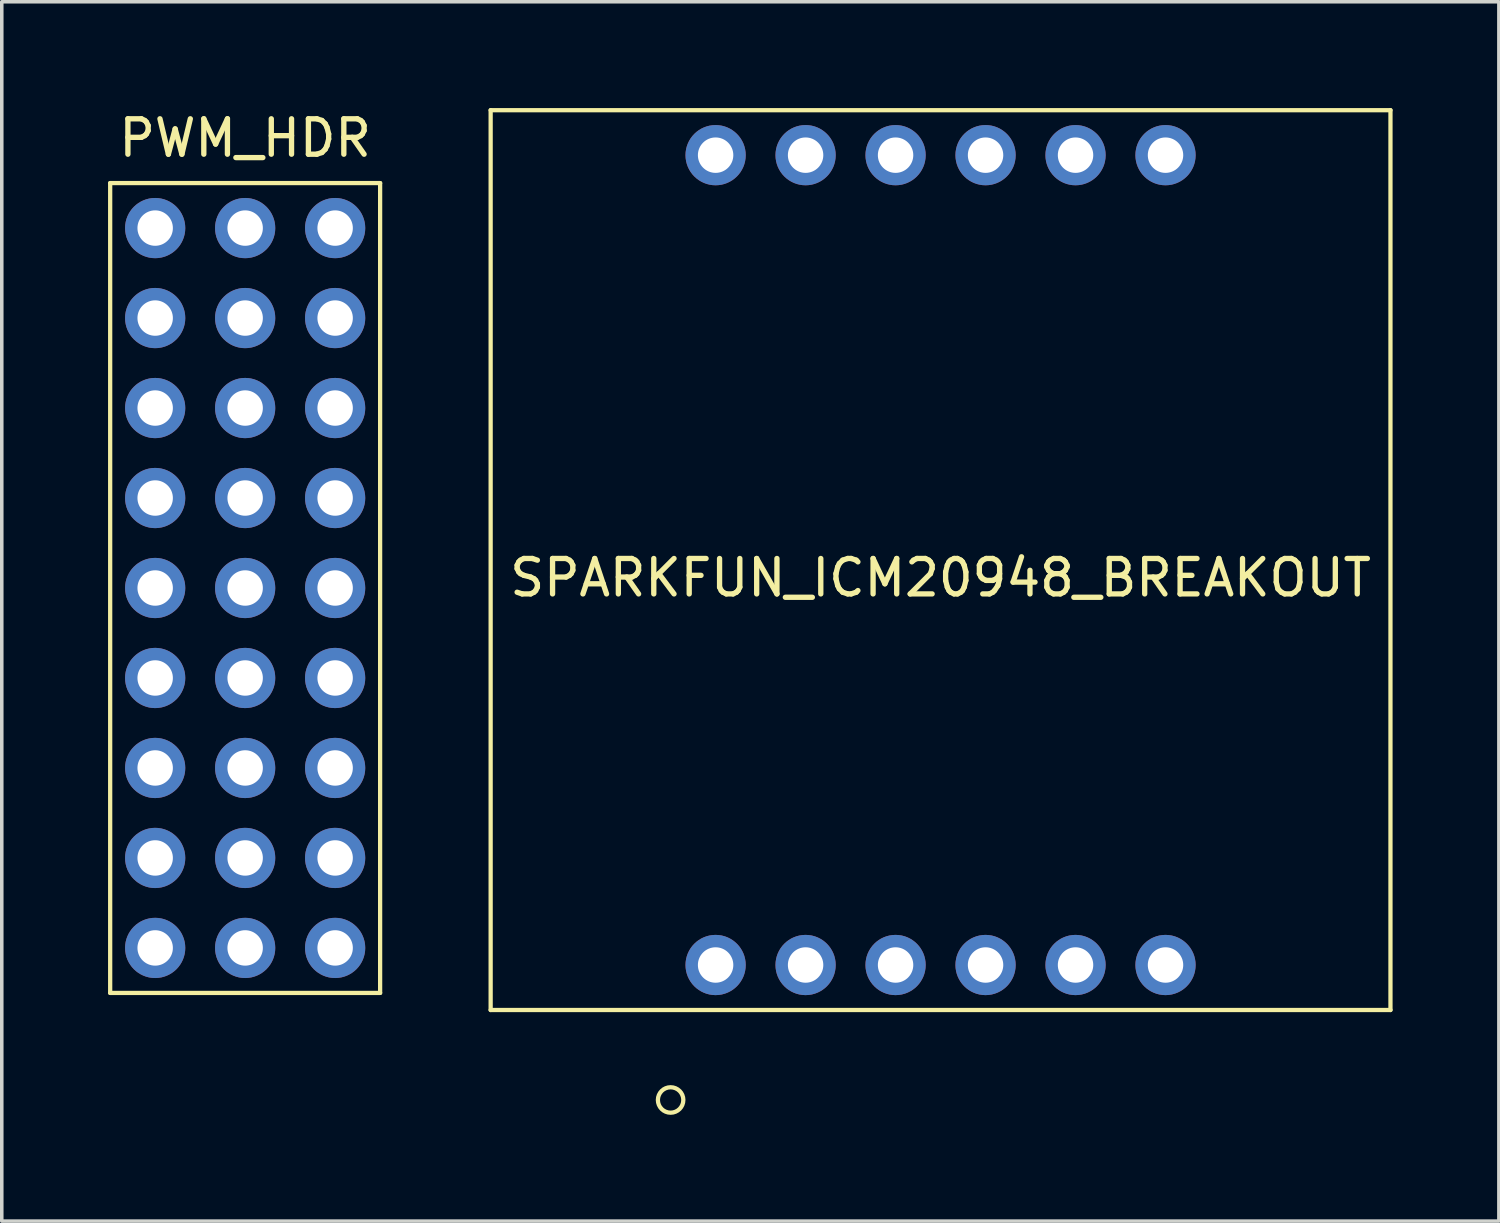
<source format=kicad_pcb>
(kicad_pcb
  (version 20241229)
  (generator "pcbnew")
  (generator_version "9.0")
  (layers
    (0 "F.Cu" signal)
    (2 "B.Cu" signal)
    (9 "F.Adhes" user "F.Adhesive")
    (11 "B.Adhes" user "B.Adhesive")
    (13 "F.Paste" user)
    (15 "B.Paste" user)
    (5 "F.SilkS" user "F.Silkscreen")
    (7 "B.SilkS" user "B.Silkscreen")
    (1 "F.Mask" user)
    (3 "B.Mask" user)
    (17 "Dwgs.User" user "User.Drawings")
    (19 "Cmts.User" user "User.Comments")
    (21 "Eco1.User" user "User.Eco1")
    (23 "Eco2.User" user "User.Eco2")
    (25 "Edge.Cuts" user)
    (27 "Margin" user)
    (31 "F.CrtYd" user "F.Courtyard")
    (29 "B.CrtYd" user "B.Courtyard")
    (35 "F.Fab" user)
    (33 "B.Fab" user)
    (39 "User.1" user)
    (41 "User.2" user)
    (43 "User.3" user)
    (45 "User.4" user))
  (footprint "PWM_HDR"
    (layer "F.Cu")
    (at 3.87 13.548)
    (property "Reference" "PWM_HDR" (at 0 -12.7 0) (layer "F.SilkS") (effects (font (size 1 1) (thickness 0.15))))
    (attr through_hole)
    (fp_line (start -3.81 -11.43) (end 3.81 -11.43) (stroke (width 0.12) (type solid)) (layer "F.SilkS"))
    (fp_line (start -3.81 11.43) (end -3.81 -11.43) (stroke (width 0.12) (type solid)) (layer "F.SilkS"))
    (fp_line (start 3.81 -11.43) (end 3.81 11.43) (stroke (width 0.12) (type solid)) (layer "F.SilkS"))
    (fp_line (start 3.81 11.43) (end -3.81 11.43) (stroke (width 0.12) (type solid)) (layer "F.SilkS"))
    (pad "1A" thru_hole circle (at -2.54 -10.16) (size 1.7 1.7) (drill 1) (layers "*.Cu" "*.Mask"))
    (pad "1B" thru_hole circle (at -2.54 -7.62) (size 1.7 1.7) (drill 1) (layers "*.Cu" "*.Mask"))
    (pad "1C" thru_hole circle (at -2.54 -5.08) (size 1.7 1.7) (drill 1) (layers "*.Cu" "*.Mask"))
    (pad "1D" thru_hole circle (at -2.54 -2.54) (size 1.7 1.7) (drill 1) (layers "*.Cu" "*.Mask"))
    (pad "1E" thru_hole circle (at -2.54 0) (size 1.7 1.7) (drill 1) (layers "*.Cu" "*.Mask"))
    (pad "1F" thru_hole circle (at -2.54 2.54) (size 1.7 1.7) (drill 1) (layers "*.Cu" "*.Mask"))
    (pad "1G" thru_hole circle (at -2.54 5.08) (size 1.7 1.7) (drill 1) (layers "*.Cu" "*.Mask"))
    (pad "1H" thru_hole circle (at -2.54 7.62) (size 1.7 1.7) (drill 1) (layers "*.Cu" "*.Mask"))
    (pad "1I" thru_hole circle (at -2.54 10.16) (size 1.7 1.7) (drill 1) (layers "*.Cu" "*.Mask"))
    (pad "2A" thru_hole circle (at 0 -10.16) (size 1.7 1.7) (drill 1) (layers "*.Cu" "*.Mask"))
    (pad "2B" thru_hole circle (at 0 -7.62) (size 1.7 1.7) (drill 1) (layers "*.Cu" "*.Mask"))
    (pad "2C" thru_hole circle (at 0 -5.08) (size 1.7 1.7) (drill 1) (layers "*.Cu" "*.Mask"))
    (pad "2D" thru_hole circle (at 0 -2.54) (size 1.7 1.7) (drill 1) (layers "*.Cu" "*.Mask"))
    (pad "2E" thru_hole circle (at 0 0) (size 1.7 1.7) (drill 1) (layers "*.Cu" "*.Mask"))
    (pad "2F" thru_hole circle (at 0 2.54) (size 1.7 1.7) (drill 1) (layers "*.Cu" "*.Mask"))
    (pad "2G" thru_hole circle (at 0 5.08) (size 1.7 1.7) (drill 1) (layers "*.Cu" "*.Mask"))
    (pad "2H" thru_hole circle (at 0 7.62) (size 1.7 1.7) (drill 1) (layers "*.Cu" "*.Mask"))
    (pad "2I" thru_hole circle (at 0 10.16) (size 1.7 1.7) (drill 1) (layers "*.Cu" "*.Mask"))
    (pad "3A" thru_hole circle (at 2.54 -10.16) (size 1.7 1.7) (drill 1) (layers "*.Cu" "*.Mask"))
    (pad "3B" thru_hole circle (at 2.54 -7.62) (size 1.7 1.7) (drill 1) (layers "*.Cu" "*.Mask"))
    (pad "3C" thru_hole circle (at 2.54 -5.08) (size 1.7 1.7) (drill 1) (layers "*.Cu" "*.Mask"))
    (pad "3D" thru_hole circle (at 2.54 -2.54) (size 1.7 1.7) (drill 1) (layers "*.Cu" "*.Mask"))
    (pad "3E" thru_hole circle (at 2.54 0) (size 1.7 1.7) (drill 1) (layers "*.Cu" "*.Mask"))
    (pad "3F" thru_hole circle (at 2.54 2.54) (size 1.7 1.7) (drill 1) (layers "*.Cu" "*.Mask"))
    (pad "3G" thru_hole circle (at 2.54 5.08) (size 1.7 1.7) (drill 1) (layers "*.Cu" "*.Mask"))
    (pad "3H" thru_hole circle (at 2.54 7.62) (size 1.7 1.7) (drill 1) (layers "*.Cu" "*.Mask"))
    (pad "3I" thru_hole circle (at 2.54 10.16) (size 1.7 1.7) (drill 1) (layers "*.Cu" "*.Mask")))
  (footprint "SPARKFUN_ICM20948_BREAKOUT"
    (layer "F.Cu")
    (at 23.5 12.76)
    (property "Reference" "SPARKFUN_ICM20948_BREAKOUT" (at 0 0.5 0) (layer "F.SilkS") (effects (font (size 1 1) (thickness 0.15))))
    (attr through_hole)
    (fp_line (start -12.7 -12.7) (end 12.7 -12.7) (stroke (width 0.12) (type solid)) (layer "F.SilkS"))
    (fp_line (start -12.7 12.7) (end -12.7 -12.7) (stroke (width 0.12) (type solid)) (layer "F.SilkS"))
    (fp_line (start 12.7 -12.7) (end 12.7 12.7) (stroke (width 0.12) (type solid)) (layer "F.SilkS"))
    (fp_line (start 12.7 12.7) (end -12.7 12.7) (stroke (width 0.12) (type solid)) (layer "F.SilkS"))
    (fp_circle (center -7.62 15.24) (end -7.366 14.986) (stroke (width 0.12) (type solid)) (fill no) (layer "F.SilkS"))
    (pad "1" thru_hole circle (at -6.35 11.43) (size 1.7 1.7) (drill 1) (layers "*.Cu" "*.Mask"))
    (pad "2" thru_hole circle (at -3.81 11.43) (size 1.7 1.7) (drill 1) (layers "*.Cu" "*.Mask"))
    (pad "3" thru_hole circle (at -1.27 11.43) (size 1.7 1.7) (drill 1) (layers "*.Cu" "*.Mask"))
    (pad "4" thru_hole circle (at 1.27 11.43) (size 1.7 1.7) (drill 1) (layers "*.Cu" "*.Mask"))
    (pad "5" thru_hole circle (at 3.81 11.43) (size 1.7 1.7) (drill 1) (layers "*.Cu" "*.Mask"))
    (pad "6" thru_hole circle (at 6.35 11.43) (size 1.7 1.7) (drill 1) (layers "*.Cu" "*.Mask"))
    (pad "7" thru_hole circle (at 6.35 -11.43) (size 1.7 1.7) (drill 1) (layers "*.Cu" "*.Mask"))
    (pad "8" thru_hole circle (at 3.81 -11.43) (size 1.7 1.7) (drill 1) (layers "*.Cu" "*.Mask"))
    (pad "9" thru_hole circle (at 1.27 -11.43) (size 1.7 1.7) (drill 1) (layers "*.Cu" "*.Mask"))
    (pad "10" thru_hole circle (at -1.27 -11.43) (size 1.7 1.7) (drill 1) (layers "*.Cu" "*.Mask"))
    (pad "11" thru_hole circle (at -3.81 -11.43) (size 1.7 1.7) (drill 1) (layers "*.Cu" "*.Mask"))
    (pad "12" thru_hole circle (at -6.35 -11.43) (size 1.7 1.7) (drill 1) (layers "*.Cu" "*.Mask")))
  (gr_rect
    (start -3 -3)
    (end 39.26 31.419)
    (stroke (width 0.1) (type default))
    (fill no)
    (layer "Edge.Cuts")))
</source>
